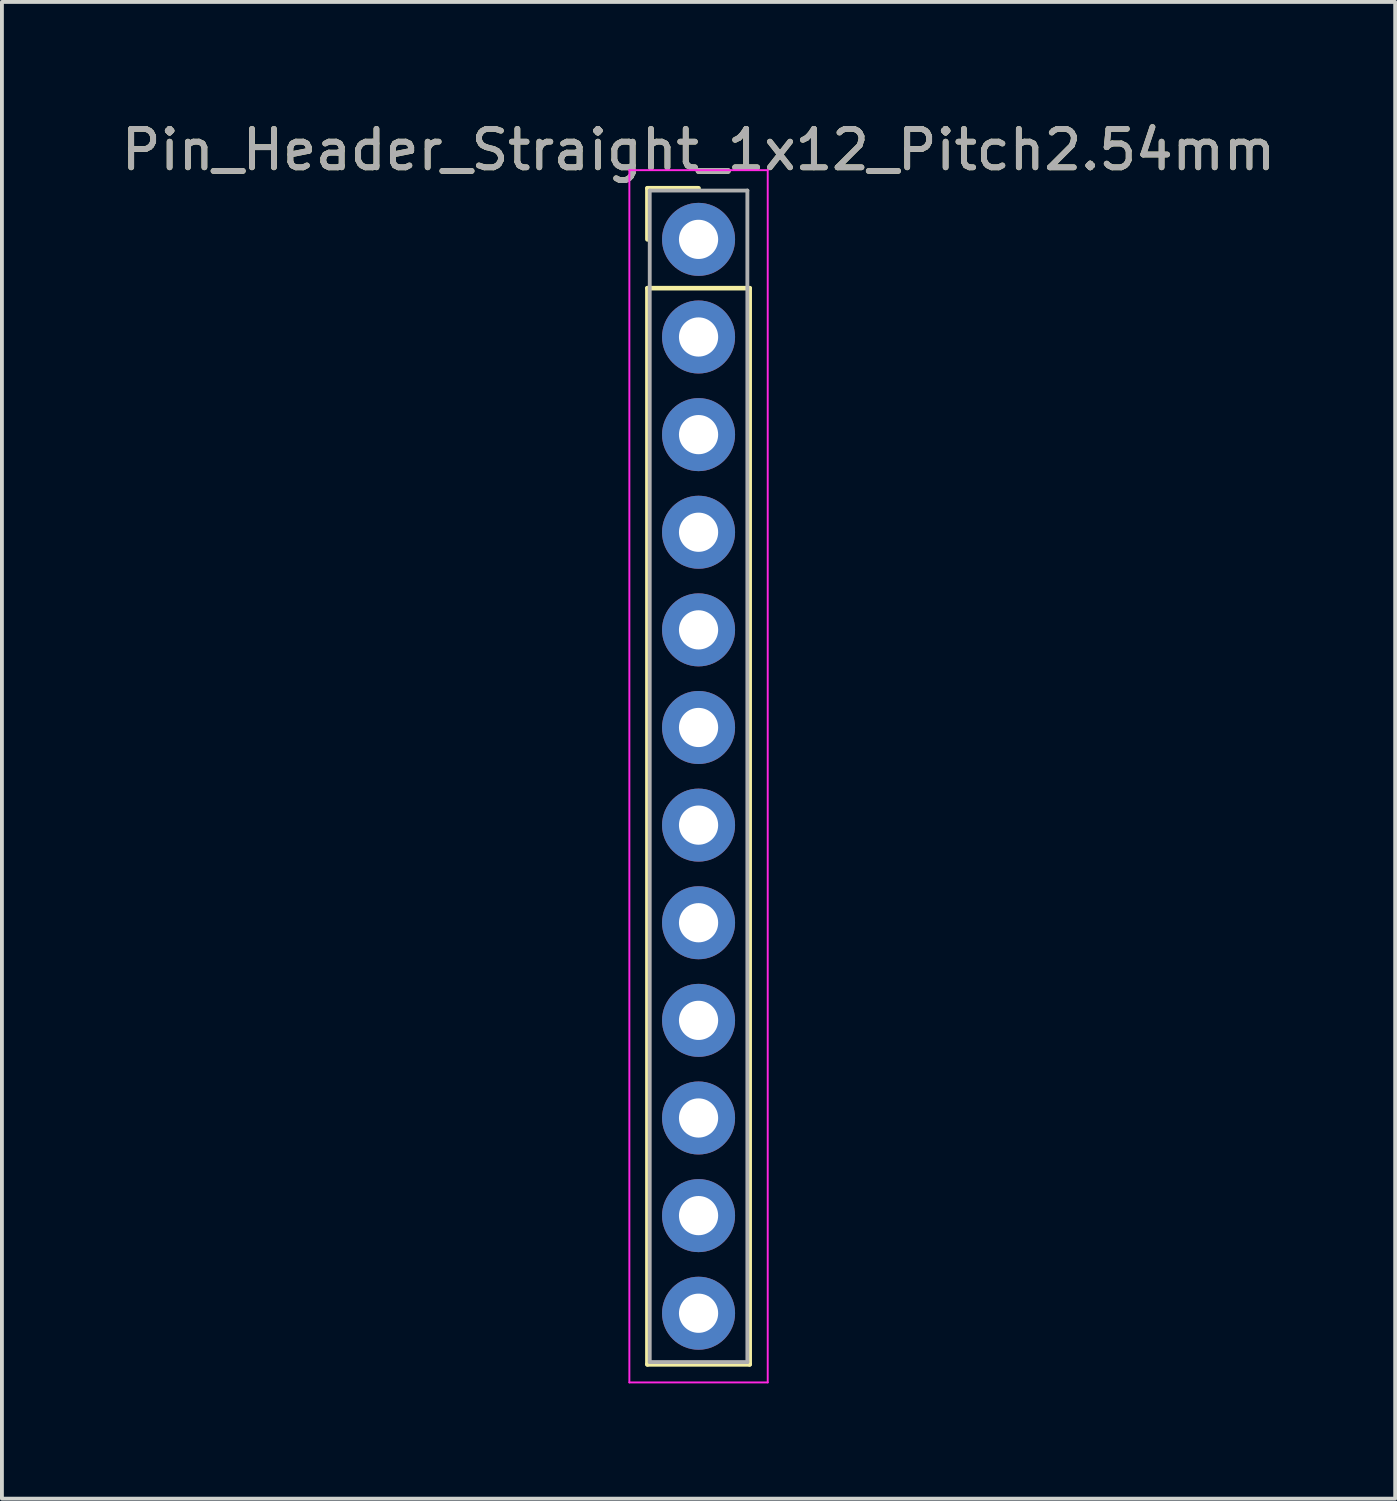
<source format=kicad_pcb>
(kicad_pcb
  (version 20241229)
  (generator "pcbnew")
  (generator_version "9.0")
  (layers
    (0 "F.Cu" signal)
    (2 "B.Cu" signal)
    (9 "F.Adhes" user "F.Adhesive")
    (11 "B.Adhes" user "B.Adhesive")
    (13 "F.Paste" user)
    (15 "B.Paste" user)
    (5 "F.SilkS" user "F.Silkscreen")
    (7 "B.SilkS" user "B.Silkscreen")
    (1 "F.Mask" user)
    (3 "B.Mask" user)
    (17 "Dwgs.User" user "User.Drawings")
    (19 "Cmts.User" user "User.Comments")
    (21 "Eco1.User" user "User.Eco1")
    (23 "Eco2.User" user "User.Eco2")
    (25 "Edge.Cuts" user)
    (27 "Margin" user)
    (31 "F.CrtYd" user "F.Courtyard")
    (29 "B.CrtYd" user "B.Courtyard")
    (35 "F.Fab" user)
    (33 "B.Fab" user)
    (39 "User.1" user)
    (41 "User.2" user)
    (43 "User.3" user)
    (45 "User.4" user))
  (footprint "Pin_Header_Straight_1x12_Pitch2.54mm"
    (layer "F.Cu")
    (at 15.125 3.178)
    (property "Reference" "Pin_Header_Straight_1x12_Pitch2.54mm" (at 0 -2.33 0) (layer "F.Fab") (effects (font (size 1 1) (thickness 0.15))))
    (attr through_hole)
    (fp_line (start -1.33 -1.33) (end 0 -1.33) (stroke (width 0.12) (type solid)) (layer "F.SilkS"))
    (fp_line (start -1.33 0) (end -1.33 -1.33) (stroke (width 0.12) (type solid)) (layer "F.SilkS"))
    (fp_line (start -1.33 1.27) (end -1.33 29.27) (stroke (width 0.12) (type solid)) (layer "F.SilkS"))
    (fp_line (start -1.33 29.27) (end 1.33 29.27) (stroke (width 0.12) (type solid)) (layer "F.SilkS"))
    (fp_line (start 1.33 1.27) (end -1.33 1.27) (stroke (width 0.12) (type solid)) (layer "F.SilkS"))
    (fp_line (start 1.33 29.27) (end 1.33 1.27) (stroke (width 0.12) (type solid)) (layer "F.SilkS"))
    (fp_line (start -1.8 -1.8) (end -1.8 29.74) (stroke (width 0.05) (type solid)) (layer "F.CrtYd"))
    (fp_line (start -1.8 29.74) (end 1.8 29.74) (stroke (width 0.05) (type solid)) (layer "F.CrtYd"))
    (fp_line (start 1.8 -1.8) (end -1.8 -1.8) (stroke (width 0.05) (type solid)) (layer "F.CrtYd"))
    (fp_line (start 1.8 29.74) (end 1.8 -1.8) (stroke (width 0.05) (type solid)) (layer "F.CrtYd"))
    (fp_line (start -1.27 -1.27) (end -1.27 29.21) (stroke (width 0.1) (type solid)) (layer "F.Fab"))
    (fp_line (start -1.27 29.21) (end 1.27 29.21) (stroke (width 0.1) (type solid)) (layer "F.Fab"))
    (fp_line (start 1.27 -1.27) (end -1.27 -1.27) (stroke (width 0.1) (type solid)) (layer "F.Fab"))
    (fp_line (start 1.27 29.21) (end 1.27 -1.27) (stroke (width 0.1) (type solid)) (layer "F.Fab"))
    (fp_text user "${REFERENCE}" (at 0 -2.33 0) (layer "F.SilkS") (effects (font (size 1 1) (thickness 0.15))))
    (fp_text user "${REFERENCE}" (at 0 -1.524 0) (layer "Eco1.User") (effects (font (size 0.3 0.3) (thickness 0.03))))
    (pad "1" thru_hole circle (at 0 0) (size 1.9 1.9) (drill 1.02) (layers "*.Cu" "*.Mask"))
    (pad "2" thru_hole circle (at 0 2.54) (size 1.9 1.9) (drill 1.02) (layers "*.Cu" "*.Mask"))
    (pad "3" thru_hole circle (at 0 5.08) (size 1.9 1.9) (drill 1.02) (layers "*.Cu" "*.Mask"))
    (pad "4" thru_hole circle (at 0 7.62) (size 1.9 1.9) (drill 1.02) (layers "*.Cu" "*.Mask"))
    (pad "5" thru_hole circle (at 0 10.16) (size 1.9 1.9) (drill 1.02) (layers "*.Cu" "*.Mask"))
    (pad "6" thru_hole circle (at 0 12.7) (size 1.9 1.9) (drill 1.02) (layers "*.Cu" "*.Mask"))
    (pad "7" thru_hole circle (at 0 15.24) (size 1.9 1.9) (drill 1.02) (layers "*.Cu" "*.Mask"))
    (pad "8" thru_hole circle (at 0 17.78) (size 1.9 1.9) (drill 1.02) (layers "*.Cu" "*.Mask"))
    (pad "9" thru_hole circle (at 0 20.32) (size 1.9 1.9) (drill 1.02) (layers "*.Cu" "*.Mask"))
    (pad "10" thru_hole circle (at 0 22.86) (size 1.9 1.9) (drill 1.02) (layers "*.Cu" "*.Mask"))
    (pad "11" thru_hole circle (at 0 25.4) (size 1.9 1.9) (drill 1.02) (layers "*.Cu" "*.Mask"))
    (pad "12" thru_hole circle (at 0 27.94) (size 1.9 1.9) (drill 1.02) (layers "*.Cu" "*.Mask")))
  (gr_rect
    (start -3 -3)
    (end 33.25 35.943)
    (stroke (width 0.1) (type default))
    (fill no)
    (layer "Edge.Cuts")))
</source>
